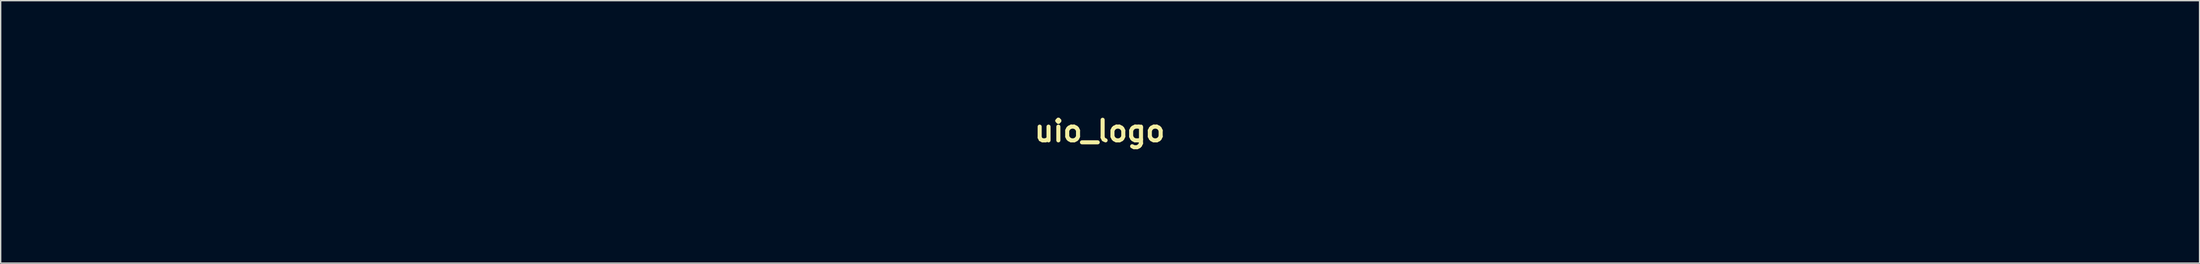
<source format=kicad_pcb>
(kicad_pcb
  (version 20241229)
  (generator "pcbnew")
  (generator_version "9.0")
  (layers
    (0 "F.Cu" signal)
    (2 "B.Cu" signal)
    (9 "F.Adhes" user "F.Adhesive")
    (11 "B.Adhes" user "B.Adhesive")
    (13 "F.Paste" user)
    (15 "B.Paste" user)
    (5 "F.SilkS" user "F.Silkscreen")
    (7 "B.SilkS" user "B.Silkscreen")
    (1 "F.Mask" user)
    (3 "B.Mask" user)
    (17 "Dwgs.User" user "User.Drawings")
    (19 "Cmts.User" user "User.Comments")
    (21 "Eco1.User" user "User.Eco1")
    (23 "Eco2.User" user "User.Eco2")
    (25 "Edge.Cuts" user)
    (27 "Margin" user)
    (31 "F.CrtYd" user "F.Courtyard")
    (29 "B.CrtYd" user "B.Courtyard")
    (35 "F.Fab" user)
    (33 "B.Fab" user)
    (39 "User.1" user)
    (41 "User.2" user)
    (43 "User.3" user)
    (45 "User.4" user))
  (footprint "uio_logo"
    (layer "F.Cu")
    (at 78.079 6.651)
    (property "Reference" "uio_logo" (at 0 0 0) (layer "F.SilkS") (effects (font (size 1.524 1.524) (thickness 0.3))))
    (attr through_hole)
    (fp_poly (pts (xy -18.119 -4.572) (xy -20.151 -4.572) (xy -20.151 -6.435) (xy -18.119 -6.435) (xy -18.119 -4.572)) (stroke (width 0.01) (type solid)) (fill no) (layer "Eco2.User"))
    (fp_poly (pts (xy -18.119 3.725) (xy -20.151 3.725) (xy -20.151 -3.81) (xy -18.119 -3.81) (xy -18.119 3.725)) (stroke (width 0.01) (type solid)) (fill no) (layer "Eco2.User"))
    (fp_poly (pts (xy 13.716 -4.572) (xy 11.599 -4.572) (xy 11.599 -6.435) (xy 13.716 -6.435) (xy 13.716 -4.572)) (stroke (width 0.01) (type solid)) (fill no) (layer "Eco2.User"))
    (fp_poly (pts (xy 13.716 3.725) (xy 11.599 3.725) (xy 11.599 -3.81) (xy 13.716 -3.81) (xy 13.716 3.725)) (stroke (width 0.01) (type solid)) (fill no) (layer "Eco2.User"))
    (fp_poly (pts (xy 69.342 3.725) (xy 67.31 3.725) (xy 67.31 -6.435) (xy 69.342 -6.435) (xy 69.342 3.725)) (stroke (width 0.01) (type solid)) (fill no) (layer "Eco2.User"))
    (fp_poly (pts (xy -64.69 -6.538) (xy -64.438 -6.363) (xy -64.278 -6.116) (xy -64.219 -5.833) (xy -64.273 -5.552) (xy -64.45 -5.309) (xy -64.606 -5.204) (xy -64.961 -5.09) (xy -65.281 -5.14) (xy -65.504 -5.283) (xy -65.697 -5.543) (xy -65.756 -5.842) (xy -65.696 -6.137) (xy -65.531 -6.389) (xy -65.277 -6.558) (xy -65.021 -6.604) (xy -64.69 -6.538)) (stroke (width 0.01) (type solid)) (fill no) (layer "Eco2.User"))
    (fp_poly (pts (xy -44.913 -0.69) (xy -44.393 -0.423) (xy -44.155 -0.238) (xy -43.734 0.228) (xy -43.471 0.748) (xy -43.361 1.336) (xy -43.357 1.524) (xy -43.389 2.006) (xy -43.491 2.4) (xy -43.686 2.779) (xy -43.82 2.979) (xy -44.207 3.382) (xy -44.703 3.673) (xy -45.279 3.836) (xy -45.542 3.862) (xy -45.867 3.867) (xy -46.153 3.85) (xy -46.313 3.821) (xy -46.9 3.547) (xy -47.375 3.155) (xy -47.726 2.665) (xy -47.94 2.093) (xy -48.004 1.524) (xy -47.93 0.92) (xy -47.722 0.388) (xy -47.402 -0.06) (xy -46.993 -0.414) (xy -46.518 -0.664) (xy -45.997 -0.801) (xy -45.455 -0.813) (xy -44.913 -0.69)) (stroke (width 0.01) (type solid)) (fill no) (layer "Eco2.User"))
    (fp_poly (pts (xy 2.963 -1.947) (xy 2.629 -1.947) (xy 2.009 -1.891) (xy 1.499 -1.726) (xy 1.108 -1.457) (xy 0.847 -1.09) (xy 0.771 -0.885) (xy 0.741 -0.688) (xy 0.716 -0.341) (xy 0.697 0.136) (xy 0.684 0.724) (xy 0.678 1.405) (xy 0.678 1.587) (xy 0.677 3.725) (xy -1.355 3.725) (xy -1.355 -3.81) (xy 0.508 -3.81) (xy 0.512 -3.196) (xy 0.517 -2.884) (xy 0.529 -2.717) (xy 0.557 -2.673) (xy 0.611 -2.727) (xy 0.656 -2.794) (xy 0.792 -2.968) (xy 0.999 -3.2) (xy 1.182 -3.388) (xy 1.629 -3.736) (xy 2.124 -3.929) (xy 2.613 -3.979) (xy 2.963 -3.979) (xy 2.963 -1.947)) (stroke (width 0.01) (type solid)) (fill no) (layer "Eco2.User"))
    (fp_poly (pts (xy 43.585 -5.652) (xy 43.609 -4.826) (xy 43.103 -4.826) (xy 42.731 -4.792) (xy 42.493 -4.676) (xy 42.368 -4.458) (xy 42.333 -4.13) (xy 42.333 -3.81) (xy 43.603 -3.81) (xy 43.603 -2.378) (xy 42.989 -2.353) (xy 42.376 -2.328) (xy 42.353 0.699) (xy 42.331 3.725) (xy 40.386 3.725) (xy 40.386 -2.371) (xy 39.285 -2.371) (xy 39.285 -3.81) (xy 40.386 -3.81) (xy 40.386 -4.448) (xy 40.431 -5.046) (xy 40.573 -5.522) (xy 40.826 -5.898) (xy 41.201 -6.2) (xy 41.36 -6.29) (xy 41.546 -6.372) (xy 41.755 -6.426) (xy 42.029 -6.456) (xy 42.41 -6.47) (xy 42.63 -6.472) (xy 43.561 -6.477) (xy 43.585 -5.652)) (stroke (width 0.01) (type solid)) (fill no) (layer "Eco2.User"))
    (fp_poly (pts (xy -45.138 -6.488) (xy -44.891 -6.419) (xy -44.777 -6.372) (xy -44.219 -6.042) (xy -43.793 -5.609) (xy -43.505 -5.084) (xy -43.364 -4.476) (xy -43.349 -4.191) (xy -43.427 -3.552) (xy -43.653 -2.988) (xy -44.019 -2.512) (xy -44.518 -2.136) (xy -44.741 -2.023) (xy -45.127 -1.91) (xy -45.597 -1.865) (xy -46.077 -1.887) (xy -46.497 -1.977) (xy -46.609 -2.021) (xy -47.159 -2.354) (xy -47.575 -2.788) (xy -47.851 -3.313) (xy -47.982 -3.923) (xy -47.985 -3.965) (xy -47.979 -4.561) (xy -47.862 -5.063) (xy -47.622 -5.513) (xy -47.556 -5.604) (xy -47.152 -6.031) (xy -46.688 -6.314) (xy -46.136 -6.468) (xy -45.815 -6.501) (xy -45.425 -6.513) (xy -45.138 -6.488)) (stroke (width 0.01) (type solid)) (fill no) (layer "Eco2.User"))
    (fp_poly (pts (xy 17.526 -3.81) (xy 18.711 -3.81) (xy 18.711 -2.378) (xy 17.568 -2.328) (xy 17.568 -0.152) (xy 17.572 0.623) (xy 17.582 1.233) (xy 17.599 1.682) (xy 17.624 1.973) (xy 17.656 2.109) (xy 17.662 2.117) (xy 17.794 2.177) (xy 18.034 2.233) (xy 18.234 2.26) (xy 18.711 2.31) (xy 18.711 3.81) (xy 17.716 3.803) (xy 17.298 3.794) (xy 16.92 3.775) (xy 16.627 3.748) (xy 16.476 3.722) (xy 16.152 3.55) (xy 15.863 3.268) (xy 15.668 2.931) (xy 15.651 2.883) (xy 15.621 2.706) (xy 15.593 2.376) (xy 15.567 1.911) (xy 15.545 1.327) (xy 15.526 0.642) (xy 15.516 0.106) (xy 15.477 -2.371) (xy 15.02 -2.371) (xy 14.563 -2.371) (xy 14.563 -3.81) (xy 15.494 -3.81) (xy 15.494 -5.842) (xy 17.526 -5.842) (xy 17.526 -3.81)) (stroke (width 0.01) (type solid)) (fill no) (layer "Eco2.User"))
    (fp_poly (pts (xy -64.447 -3.643) (xy -64.433 -3.408) (xy -64.422 -3.035) (xy -64.414 -2.54) (xy -64.41 -1.939) (xy -64.409 -1.248) (xy -64.412 -0.483) (xy -64.413 -0.345) (xy -64.437 3.035) (xy -63.947 3.131) (xy -63.607 3.2) (xy -63.399 3.256) (xy -63.292 3.315) (xy -63.252 3.397) (xy -63.246 3.511) (xy -63.246 3.725) (xy -66.813 3.725) (xy -66.786 3.495) (xy -66.747 3.347) (xy -66.642 3.261) (xy -66.422 3.204) (xy -66.379 3.196) (xy -66.1 3.144) (xy -65.862 3.097) (xy -65.807 3.086) (xy -65.617 3.045) (xy -65.618 -2.667) (xy -66.188 -2.879) (xy -66.53 -3.017) (xy -66.734 -3.132) (xy -66.792 -3.229) (xy -66.701 -3.315) (xy -66.455 -3.397) (xy -66.049 -3.481) (xy -65.675 -3.544) (xy -65.253 -3.611) (xy -64.89 -3.666) (xy -64.621 -3.706) (xy -64.477 -3.725) (xy -64.464 -3.725) (xy -64.447 -3.643)) (stroke (width 0.01) (type solid)) (fill no) (layer "Eco2.User"))
    (fp_poly (pts (xy -23.708 -3.951) (xy -23.15 -3.83) (xy -22.681 -3.59) (xy -22.393 -3.348) (xy -22.237 -3.185) (xy -22.109 -3.026) (xy -22.006 -2.854) (xy -21.926 -2.649) (xy -21.865 -2.395) (xy -21.821 -2.073) (xy -21.791 -1.665) (xy -21.773 -1.153) (xy -21.763 -0.519) (xy -21.76 0.255) (xy -21.759 0.82) (xy -21.759 3.725) (xy -23.791 3.725) (xy -23.791 1.183) (xy -23.793 0.402) (xy -23.798 -0.227) (xy -23.81 -0.726) (xy -23.831 -1.112) (xy -23.864 -1.405) (xy -23.911 -1.624) (xy -23.974 -1.787) (xy -24.055 -1.915) (xy -24.158 -2.025) (xy -24.204 -2.067) (xy -24.445 -2.193) (xy -24.803 -2.261) (xy -24.83 -2.264) (xy -25.33 -2.229) (xy -25.758 -2.051) (xy -26.093 -1.741) (xy -26.226 -1.527) (xy -26.281 -1.412) (xy -26.324 -1.295) (xy -26.357 -1.157) (xy -26.381 -0.976) (xy -26.398 -0.731) (xy -26.408 -0.401) (xy -26.413 0.036) (xy -26.416 0.601) (xy -26.416 1.288) (xy -26.416 3.725) (xy -28.448 3.725) (xy -28.448 -3.81) (xy -26.501 -3.81) (xy -26.501 -2.944) (xy -26.151 -3.259) (xy -25.666 -3.616) (xy -25.128 -3.842) (xy -24.497 -3.953) (xy -24.377 -3.961) (xy -23.708 -3.951)) (stroke (width 0.01) (type solid)) (fill no) (layer "Eco2.User"))
    (fp_poly (pts (xy -10.454 -3.803) (xy -10.115 -3.782) (xy -9.937 -3.747) (xy -9.906 -3.716) (xy -9.933 -3.623) (xy -10.011 -3.391) (xy -10.132 -3.038) (xy -10.289 -2.584) (xy -10.476 -2.048) (xy -10.686 -1.452) (xy -10.911 -0.812) (xy -11.145 -0.151) (xy -11.381 0.514) (xy -11.612 1.163) (xy -11.831 1.775) (xy -12.031 2.332) (xy -12.206 2.814) (xy -12.348 3.202) (xy -12.377 3.281) (xy -12.543 3.725) (xy -14.629 3.725) (xy -14.976 2.773) (xy -15.09 2.46) (xy -15.251 2.015) (xy -15.45 1.465) (xy -15.676 0.838) (xy -15.921 0.159) (xy -16.174 -0.542) (xy -16.329 -0.974) (xy -17.334 -3.768) (xy -16.23 -3.791) (xy -15.739 -3.795) (xy -15.371 -3.784) (xy -15.143 -3.758) (xy -15.072 -3.728) (xy -15.037 -3.628) (xy -14.961 -3.385) (xy -14.852 -3.02) (xy -14.715 -2.555) (xy -14.557 -2.009) (xy -14.383 -1.403) (xy -14.309 -1.143) (xy -14.131 -0.524) (xy -13.966 0.04) (xy -13.821 0.528) (xy -13.7 0.92) (xy -13.611 1.197) (xy -13.558 1.34) (xy -13.548 1.355) (xy -13.512 1.277) (xy -13.437 1.057) (xy -13.33 0.717) (xy -13.196 0.278) (xy -13.042 -0.239) (xy -12.885 -0.783) (xy -12.712 -1.384) (xy -12.548 -1.955) (xy -12.401 -2.468) (xy -12.277 -2.896) (xy -12.186 -3.211) (xy -12.141 -3.365) (xy -12.01 -3.81) (xy -10.958 -3.81) (xy -10.454 -3.803)) (stroke (width 0.01) (type solid)) (fill no) (layer "Eco2.User"))
    (fp_poly (pts (xy 35.509 -4.027) (xy 35.727 -4) (xy 36.515 -3.811) (xy 37.197 -3.491) (xy 37.769 -3.048) (xy 38.226 -2.487) (xy 38.563 -1.813) (xy 38.776 -1.034) (xy 38.858 -0.156) (xy 38.859 -0.042) (xy 38.793 0.845) (xy 38.596 1.64) (xy 38.275 2.333) (xy 37.835 2.917) (xy 37.28 3.385) (xy 36.616 3.728) (xy 36.208 3.861) (xy 35.833 3.927) (xy 35.358 3.961) (xy 34.845 3.965) (xy 34.357 3.938) (xy 33.955 3.88) (xy 33.867 3.858) (xy 33.143 3.574) (xy 32.518 3.156) (xy 32.001 2.61) (xy 31.909 2.483) (xy 31.595 1.891) (xy 31.379 1.199) (xy 31.265 0.444) (xy 31.258 -0.088) (xy 33.333 -0.088) (xy 33.381 0.611) (xy 33.535 1.2) (xy 33.786 1.669) (xy 34.125 2.011) (xy 34.545 2.218) (xy 35.038 2.281) (xy 35.581 2.197) (xy 35.988 1.999) (xy 36.314 1.662) (xy 36.553 1.196) (xy 36.699 0.614) (xy 36.745 -0.031) (xy 36.706 -0.693) (xy 36.583 -1.226) (xy 36.368 -1.651) (xy 36.053 -1.991) (xy 35.968 -2.057) (xy 35.701 -2.182) (xy 35.332 -2.26) (xy 34.924 -2.282) (xy 34.589 -2.25) (xy 34.182 -2.091) (xy 33.844 -1.79) (xy 33.583 -1.363) (xy 33.41 -0.828) (xy 33.335 -0.2) (xy 33.333 -0.088) (xy 31.258 -0.088) (xy 31.254 -0.337) (xy 31.347 -1.106) (xy 31.545 -1.825) (xy 31.714 -2.213) (xy 32.104 -2.803) (xy 32.616 -3.289) (xy 33.231 -3.663) (xy 33.93 -3.916) (xy 34.696 -4.04) (xy 35.509 -4.027)) (stroke (width 0.01) (type solid)) (fill no) (layer "Eco2.User"))
    (fp_poly (pts (xy 75.215 -3.991) (xy 75.966 -3.776) (xy 76.624 -3.424) (xy 77.181 -2.943) (xy 77.628 -2.339) (xy 77.956 -1.617) (xy 78.021 -1.41) (xy 78.093 -1.029) (xy 78.132 -0.537) (xy 78.139 0.015) (xy 78.116 0.574) (xy 78.063 1.091) (xy 77.983 1.513) (xy 77.941 1.651) (xy 77.606 2.343) (xy 77.143 2.936) (xy 76.567 3.413) (xy 75.922 3.747) (xy 75.538 3.852) (xy 75.043 3.922) (xy 74.493 3.957) (xy 73.943 3.953) (xy 73.45 3.909) (xy 73.152 3.849) (xy 72.446 3.569) (xy 71.839 3.155) (xy 71.339 2.617) (xy 70.955 1.963) (xy 70.696 1.202) (xy 70.692 1.185) (xy 70.619 0.719) (xy 70.587 0.164) (xy 70.591 -0.042) (xy 72.686 -0.042) (xy 72.699 0.396) (xy 72.732 0.783) (xy 72.782 1.067) (xy 72.799 1.124) (xy 73.044 1.589) (xy 73.394 1.943) (xy 73.821 2.175) (xy 74.297 2.272) (xy 74.792 2.222) (xy 75.067 2.124) (xy 75.457 1.856) (xy 75.763 1.457) (xy 75.975 0.945) (xy 76.086 0.339) (xy 76.089 -0.333) (xy 75.983 -0.989) (xy 75.775 -1.514) (xy 75.468 -1.905) (xy 75.063 -2.16) (xy 74.563 -2.276) (xy 74.38 -2.283) (xy 73.878 -2.234) (xy 73.486 -2.072) (xy 73.174 -1.779) (xy 72.94 -1.397) (xy 72.821 -1.144) (xy 72.746 -0.925) (xy 72.706 -0.689) (xy 72.689 -0.38) (xy 72.686 -0.042) (xy 70.591 -0.042) (xy 70.597 -0.416) (xy 70.647 -0.959) (xy 70.734 -1.397) (xy 71.032 -2.154) (xy 71.449 -2.793) (xy 71.977 -3.309) (xy 72.609 -3.696) (xy 73.336 -3.948) (xy 74.151 -4.059) (xy 74.38 -4.064) (xy 75.215 -3.991)) (stroke (width 0.01) (type solid)) (fill no) (layer "Eco2.User"))
    (fp_poly (pts (xy -36.237 -6.435) (xy -36.236 -3.069) (xy -36.234 -2.127) (xy -36.229 -1.338) (xy -36.218 -0.685) (xy -36.201 -0.153) (xy -36.175 0.276) (xy -36.14 0.617) (xy -36.094 0.888) (xy -36.035 1.104) (xy -35.961 1.282) (xy -35.872 1.439) (xy -35.815 1.523) (xy -35.505 1.825) (xy -35.08 2.019) (xy -34.531 2.108) (xy -34.308 2.115) (xy -33.738 2.074) (xy -33.283 1.94) (xy -32.908 1.701) (xy -32.828 1.629) (xy -32.716 1.513) (xy -32.623 1.388) (xy -32.546 1.239) (xy -32.485 1.048) (xy -32.438 0.802) (xy -32.402 0.483) (xy -32.376 0.077) (xy -32.359 -0.433) (xy -32.349 -1.062) (xy -32.344 -1.825) (xy -32.343 -2.74) (xy -32.343 -2.936) (xy -32.343 -6.435) (xy -30.226 -6.435) (xy -30.227 -2.731) (xy -30.228 -1.787) (xy -30.231 -0.995) (xy -30.238 -0.338) (xy -30.25 0.2) (xy -30.268 0.637) (xy -30.293 0.99) (xy -30.328 1.276) (xy -30.372 1.512) (xy -30.428 1.715) (xy -30.497 1.902) (xy -30.58 2.09) (xy -30.606 2.145) (xy -30.853 2.542) (xy -31.203 2.945) (xy -31.599 3.297) (xy -31.899 3.494) (xy -32.512 3.752) (xy -33.234 3.927) (xy -34.019 4.013) (xy -34.824 4.002) (xy -35.103 3.975) (xy -35.91 3.805) (xy -36.619 3.507) (xy -37.22 3.088) (xy -37.705 2.556) (xy -38.064 1.918) (xy -38.16 1.664) (xy -38.195 1.542) (xy -38.225 1.396) (xy -38.25 1.209) (xy -38.27 0.965) (xy -38.286 0.648) (xy -38.299 0.242) (xy -38.31 -0.269) (xy -38.319 -0.901) (xy -38.327 -1.67) (xy -38.334 -2.592) (xy -38.334 -2.603) (xy -38.362 -6.435) (xy -37.3 -6.435) (xy -36.237 -6.435)) (stroke (width 0.01) (type solid)) (fill no) (layer "Eco2.User"))
    (fp_poly (pts (xy 22.223 -1.249) (xy 22.407 -0.618) (xy 22.578 -0.038) (xy 22.729 0.47) (xy 22.853 0.886) (xy 22.946 1.19) (xy 23.002 1.361) (xy 23.013 1.391) (xy 23.045 1.33) (xy 23.117 1.127) (xy 23.223 0.8) (xy 23.356 0.37) (xy 23.512 -0.144) (xy 23.683 -0.721) (xy 23.865 -1.341) (xy 24.051 -1.985) (xy 24.235 -2.633) (xy 24.411 -3.265) (xy 24.473 -3.493) (xy 24.56 -3.81) (xy 25.615 -3.81) (xy 26.034 -3.804) (xy 26.368 -3.787) (xy 26.59 -3.762) (xy 26.67 -3.73) (xy 26.67 -3.73) (xy 26.642 -3.621) (xy 26.563 -3.369) (xy 26.438 -2.993) (xy 26.275 -2.51) (xy 26.078 -1.938) (xy 25.854 -1.293) (xy 25.609 -0.592) (xy 25.35 0.145) (xy 25.083 0.904) (xy 24.813 1.665) (xy 24.547 2.411) (xy 24.291 3.126) (xy 24.051 3.792) (xy 23.833 4.391) (xy 23.644 4.906) (xy 23.489 5.32) (xy 23.375 5.615) (xy 23.308 5.774) (xy 23.302 5.786) (xy 23.054 6.163) (xy 22.764 6.437) (xy 22.403 6.621) (xy 21.943 6.728) (xy 21.357 6.771) (xy 21.154 6.773) (xy 20.32 6.773) (xy 20.32 5.08) (xy 20.807 5.08) (xy 21.256 5.031) (xy 21.602 4.891) (xy 21.826 4.674) (xy 21.891 4.511) (xy 21.941 4.298) (xy 21.977 4.167) (xy 21.957 4.063) (xy 21.887 3.82) (xy 21.772 3.457) (xy 21.619 2.993) (xy 21.434 2.448) (xy 21.223 1.841) (xy 21.073 1.415) (xy 20.821 0.706) (xy 20.565 -0.018) (xy 20.315 -0.724) (xy 20.083 -1.379) (xy 19.88 -1.95) (xy 19.72 -2.405) (xy 19.679 -2.519) (xy 19.224 -3.81) (xy 21.477 -3.81) (xy 22.223 -1.249)) (stroke (width 0.01) (type solid)) (fill no) (layer "Eco2.User"))
    (fp_poly (pts (xy -5.227 -3.959) (xy -4.568 -3.746) (xy -3.979 -3.414) (xy -3.608 -3.096) (xy -3.231 -2.631) (xy -2.945 -2.098) (xy -2.742 -1.471) (xy -2.613 -0.724) (xy -2.571 -0.275) (xy -2.515 0.508) (xy -7.609 0.508) (xy -7.563 0.826) (xy -7.437 1.302) (xy -7.218 1.711) (xy -6.932 2.01) (xy -6.873 2.049) (xy -6.489 2.207) (xy -6.059 2.253) (xy -5.629 2.198) (xy -5.241 2.048) (xy -4.939 1.812) (xy -4.828 1.654) (xy -4.773 1.563) (xy -4.703 1.502) (xy -4.586 1.465) (xy -4.39 1.447) (xy -4.084 1.44) (xy -3.711 1.439) (xy -3.255 1.441) (xy -2.95 1.459) (xy -2.777 1.509) (xy -2.718 1.609) (xy -2.755 1.777) (xy -2.869 2.031) (xy -2.938 2.171) (xy -3.236 2.636) (xy -3.648 3.08) (xy -4.122 3.457) (xy -4.606 3.719) (xy -4.633 3.729) (xy -5.04 3.842) (xy -5.546 3.918) (xy -6.091 3.956) (xy -6.617 3.951) (xy -7.064 3.901) (xy -7.203 3.869) (xy -7.837 3.606) (xy -8.419 3.204) (xy -8.698 2.935) (xy -9.103 2.407) (xy -9.395 1.814) (xy -9.582 1.132) (xy -9.672 0.338) (xy -9.682 -0.085) (xy -9.636 -0.847) (xy -7.602 -0.847) (xy -4.661 -0.847) (xy -4.713 -1.122) (xy -4.875 -1.61) (xy -5.15 -1.973) (xy -5.536 -2.21) (xy -5.758 -2.277) (xy -6.278 -2.321) (xy -6.73 -2.214) (xy -7.102 -1.964) (xy -7.38 -1.577) (xy -7.54 -1.122) (xy -7.602 -0.847) (xy -9.636 -0.847) (xy -9.629 -0.954) (xy -9.464 -1.708) (xy -9.182 -2.361) (xy -8.775 -2.931) (xy -8.491 -3.219) (xy -7.944 -3.61) (xy -7.314 -3.879) (xy -6.63 -4.026) (xy -5.924 -4.052) (xy -5.227 -3.959)) (stroke (width 0.01) (type solid)) (fill no) (layer "Eco2.User"))
    (fp_poly (pts (xy 63.678 -3.925) (xy 64.33 -3.699) (xy 64.876 -3.37) (xy 65.184 -3.081) (xy 65.468 -2.681) (xy 65.675 -2.234) (xy 65.779 -1.803) (xy 65.786 -1.678) (xy 65.786 -1.439) (xy 63.881 -1.445) (xy 63.712 -1.802) (xy 63.476 -2.138) (xy 63.139 -2.35) (xy 62.689 -2.447) (xy 62.484 -2.455) (xy 62.023 -2.407) (xy 61.695 -2.268) (xy 61.505 -2.04) (xy 61.459 -1.728) (xy 61.463 -1.693) (xy 61.511 -1.564) (xy 61.638 -1.446) (xy 61.86 -1.333) (xy 62.199 -1.215) (xy 62.672 -1.085) (xy 63.098 -0.98) (xy 63.899 -0.772) (xy 64.547 -0.562) (xy 65.054 -0.337) (xy 65.438 -0.088) (xy 65.712 0.197) (xy 65.892 0.528) (xy 65.993 0.916) (xy 66.018 1.128) (xy 66.004 1.816) (xy 65.845 2.417) (xy 65.546 2.925) (xy 65.108 3.339) (xy 64.533 3.654) (xy 63.907 3.85) (xy 63.438 3.925) (xy 62.883 3.963) (xy 62.303 3.966) (xy 61.756 3.933) (xy 61.301 3.864) (xy 61.216 3.844) (xy 60.561 3.594) (xy 60.016 3.231) (xy 59.776 2.994) (xy 59.495 2.612) (xy 59.319 2.201) (xy 59.218 1.708) (xy 59.16 1.27) (xy 61.211 1.27) (xy 61.268 1.503) (xy 61.433 1.879) (xy 61.717 2.146) (xy 62.128 2.309) (xy 62.67 2.37) (xy 62.742 2.371) (xy 63.232 2.329) (xy 63.612 2.209) (xy 63.867 2.022) (xy 63.984 1.776) (xy 63.972 1.56) (xy 63.91 1.414) (xy 63.792 1.29) (xy 63.593 1.176) (xy 63.292 1.062) (xy 62.867 0.937) (xy 62.38 0.811) (xy 61.551 0.585) (xy 60.879 0.348) (xy 60.352 0.09) (xy 59.958 -0.199) (xy 59.684 -0.531) (xy 59.519 -0.916) (xy 59.45 -1.365) (xy 59.456 -1.784) (xy 59.576 -2.398) (xy 59.837 -2.925) (xy 60.232 -3.358) (xy 60.755 -3.692) (xy 61.399 -3.92) (xy 62.143 -4.037) (xy 62.942 -4.039) (xy 63.678 -3.925)) (stroke (width 0.01) (type solid)) (fill no) (layer "Eco2.User"))
    (fp_poly (pts (xy 8.028 -3.926) (xy 8.671 -3.706) (xy 9.216 -3.388) (xy 9.648 -2.98) (xy 9.949 -2.49) (xy 10.033 -2.258) (xy 10.131 -1.92) (xy 10.172 -1.691) (xy 10.135 -1.549) (xy 9.999 -1.474) (xy 9.742 -1.445) (xy 9.343 -1.439) (xy 9.205 -1.439) (xy 8.251 -1.439) (xy 8.083 -1.799) (xy 7.879 -2.118) (xy 7.603 -2.322) (xy 7.228 -2.424) (xy 6.742 -2.435) (xy 6.419 -2.411) (xy 6.212 -2.367) (xy 6.07 -2.285) (xy 5.959 -2.172) (xy 5.8 -1.933) (xy 5.77 -1.726) (xy 5.877 -1.543) (xy 6.13 -1.378) (xy 6.536 -1.222) (xy 7.102 -1.07) (xy 7.162 -1.056) (xy 7.939 -0.866) (xy 8.567 -0.687) (xy 9.066 -0.51) (xy 9.455 -0.324) (xy 9.755 -0.12) (xy 9.984 0.112) (xy 10.162 0.382) (xy 10.211 0.477) (xy 10.332 0.745) (xy 10.393 0.97) (xy 10.409 1.223) (xy 10.391 1.559) (xy 10.272 2.217) (xy 10.022 2.769) (xy 9.641 3.217) (xy 9.127 3.56) (xy 8.48 3.8) (xy 7.699 3.937) (xy 6.9 3.973) (xy 6.475 3.957) (xy 6.054 3.921) (xy 5.704 3.869) (xy 5.59 3.844) (xy 4.967 3.605) (xy 4.436 3.258) (xy 4.016 2.823) (xy 3.722 2.319) (xy 3.572 1.765) (xy 3.556 1.509) (xy 3.556 1.27) (xy 5.551 1.27) (xy 5.675 1.63) (xy 5.878 1.97) (xy 6.212 2.208) (xy 6.674 2.341) (xy 7.09 2.371) (xy 7.6 2.33) (xy 7.985 2.211) (xy 8.232 2.018) (xy 8.3 1.898) (xy 8.36 1.679) (xy 8.343 1.499) (xy 8.234 1.346) (xy 8.017 1.209) (xy 7.675 1.077) (xy 7.192 0.938) (xy 6.816 0.844) (xy 5.958 0.608) (xy 5.26 0.357) (xy 4.711 0.083) (xy 4.301 -0.218) (xy 4.022 -0.552) (xy 3.925 -0.738) (xy 3.865 -0.967) (xy 3.823 -1.289) (xy 3.811 -1.585) (xy 3.887 -2.216) (xy 4.107 -2.766) (xy 4.464 -3.228) (xy 4.949 -3.594) (xy 5.557 -3.858) (xy 6.278 -4.012) (xy 6.517 -4.037) (xy 7.304 -4.039) (xy 8.028 -3.926)) (stroke (width 0.01) (type solid)) (fill no) (layer "Eco2.User"))
    (fp_poly (pts (xy -56.416 -6.572) (xy -55.908 -6.512) (xy -55.719 -6.474) (xy -54.923 -6.205) (xy -54.225 -5.799) (xy -53.629 -5.26) (xy -53.139 -4.593) (xy -52.76 -3.803) (xy -52.66 -3.514) (xy -52.548 -3.035) (xy -52.469 -2.438) (xy -52.424 -1.774) (xy -52.416 -1.092) (xy -52.446 -0.44) (xy -52.517 0.131) (xy -52.524 0.169) (xy -52.764 1.052) (xy -53.131 1.83) (xy -53.617 2.495) (xy -54.217 3.041) (xy -54.923 3.46) (xy -55.73 3.746) (xy -55.81 3.766) (xy -56.241 3.835) (xy -56.778 3.874) (xy -57.363 3.883) (xy -57.937 3.861) (xy -58.442 3.81) (xy -58.705 3.76) (xy -59.481 3.489) (xy -60.171 3.077) (xy -60.764 2.533) (xy -61.251 1.868) (xy -61.623 1.091) (xy -61.783 0.593) (xy -61.858 0.189) (xy -61.909 -0.335) (xy -61.935 -0.932) (xy -61.936 -1.503) (xy -60.467 -1.503) (xy -60.459 -0.848) (xy -60.423 -0.237) (xy -60.361 0.278) (xy -60.335 0.415) (xy -60.094 1.23) (xy -59.751 1.914) (xy -59.312 2.461) (xy -58.782 2.87) (xy -58.169 3.135) (xy -57.479 3.252) (xy -56.717 3.219) (xy -56.071 3.082) (xy -55.516 2.841) (xy -55.024 2.451) (xy -54.604 1.921) (xy -54.265 1.263) (xy -54.043 0.593) (xy -53.972 0.202) (xy -53.923 -0.31) (xy -53.898 -0.901) (xy -53.894 -1.524) (xy -53.914 -2.133) (xy -53.956 -2.685) (xy -54.02 -3.134) (xy -54.044 -3.244) (xy -54.305 -4.04) (xy -54.659 -4.705) (xy -55.104 -5.233) (xy -55.634 -5.621) (xy -55.943 -5.764) (xy -56.484 -5.907) (xy -57.103 -5.963) (xy -57.732 -5.931) (xy -58.302 -5.813) (xy -58.442 -5.764) (xy -59.016 -5.452) (xy -59.505 -4.999) (xy -59.901 -4.413) (xy -60.199 -3.701) (xy -60.332 -3.201) (xy -60.404 -2.732) (xy -60.449 -2.148) (xy -60.467 -1.503) (xy -61.936 -1.503) (xy -61.936 -1.554) (xy -61.912 -2.155) (xy -61.864 -2.687) (xy -61.79 -3.104) (xy -61.783 -3.133) (xy -61.472 -4.018) (xy -61.049 -4.778) (xy -60.513 -5.412) (xy -59.867 -5.919) (xy -59.113 -6.296) (xy -58.55 -6.475) (xy -58.119 -6.55) (xy -57.58 -6.591) (xy -56.993 -6.598) (xy -56.416 -6.572)) (stroke (width 0.01) (type solid)) (fill no) (layer "Eco2.User"))
    (fp_poly (pts (xy 53.99 -6.629) (xy 54.559 -6.57) (xy 55.048 -6.458) (xy 55.499 -6.282) (xy 55.956 -6.032) (xy 56.108 -5.937) (xy 56.78 -5.404) (xy 57.327 -4.759) (xy 57.749 -4.003) (xy 58.044 -3.139) (xy 58.21 -2.172) (xy 58.249 -1.338) (xy 58.219 -0.53) (xy 58.123 0.167) (xy 57.952 0.8) (xy 57.696 1.417) (xy 57.664 1.482) (xy 57.207 2.233) (xy 56.644 2.852) (xy 55.974 3.341) (xy 55.197 3.7) (xy 54.31 3.93) (xy 53.99 3.978) (xy 53.644 4.02) (xy 53.399 4.044) (xy 53.195 4.047) (xy 52.97 4.03) (xy 52.664 3.994) (xy 52.493 3.972) (xy 51.614 3.779) (xy 50.818 3.442) (xy 50.114 2.967) (xy 49.512 2.363) (xy 49.019 1.636) (xy 48.646 0.794) (xy 48.623 0.726) (xy 48.536 0.456) (xy 48.475 0.218) (xy 48.434 -0.025) (xy 48.41 -0.312) (xy 48.397 -0.68) (xy 48.393 -1.167) (xy 48.393 -1.229) (xy 50.506 -1.229) (xy 50.573 -0.471) (xy 50.741 0.231) (xy 51.002 0.845) (xy 51.321 1.306) (xy 51.659 1.643) (xy 52.009 1.871) (xy 52.435 2.028) (xy 52.663 2.084) (xy 52.966 2.15) (xy 53.172 2.183) (xy 53.347 2.184) (xy 53.561 2.154) (xy 53.809 2.109) (xy 54.361 1.963) (xy 54.806 1.735) (xy 55.199 1.399) (xy 55.215 1.383) (xy 55.603 0.858) (xy 55.89 0.214) (xy 56.068 -0.526) (xy 56.131 -1.339) (xy 56.131 -1.355) (xy 56.07 -2.189) (xy 55.89 -2.931) (xy 55.596 -3.569) (xy 55.195 -4.093) (xy 54.692 -4.491) (xy 54.575 -4.556) (xy 54.354 -4.663) (xy 54.15 -4.731) (xy 53.912 -4.767) (xy 53.59 -4.782) (xy 53.298 -4.784) (xy 52.899 -4.78) (xy 52.619 -4.762) (xy 52.406 -4.719) (xy 52.211 -4.642) (xy 51.985 -4.521) (xy 51.481 -4.155) (xy 51.087 -3.682) (xy 50.796 -3.091) (xy 50.604 -2.371) (xy 50.548 -2.012) (xy 50.506 -1.229) (xy 48.393 -1.229) (xy 48.392 -1.355) (xy 48.393 -1.883) (xy 48.401 -2.28) (xy 48.419 -2.581) (xy 48.452 -2.825) (xy 48.504 -3.048) (xy 48.579 -3.287) (xy 48.625 -3.42) (xy 49.001 -4.286) (xy 49.474 -5.016) (xy 50.051 -5.616) (xy 50.736 -6.091) (xy 51.536 -6.447) (xy 51.546 -6.451) (xy 51.806 -6.532) (xy 52.055 -6.588) (xy 52.337 -6.622) (xy 52.693 -6.64) (xy 53.165 -6.646) (xy 53.298 -6.646) (xy 53.99 -6.629)) (stroke (width 0.01) (type solid)) (fill no) (layer "Eco2.User"))
    (fp_poly (pts (xy -74.438 -6.204) (xy -74.476 -6.056) (xy -74.58 -5.972) (xy -74.796 -5.918) (xy -74.845 -5.91) (xy -75.126 -5.86) (xy -75.366 -5.812) (xy -75.42 -5.799) (xy -75.614 -5.752) (xy -75.59 -2.178) (xy -75.583 -1.306) (xy -75.577 -0.586) (xy -75.57 -0.003) (xy -75.562 0.463) (xy -75.55 0.826) (xy -75.536 1.104) (xy -75.516 1.314) (xy -75.491 1.473) (xy -75.46 1.597) (xy -75.422 1.704) (xy -75.375 1.81) (xy -75.37 1.82) (xy -75.077 2.314) (xy -74.697 2.693) (xy -74.21 2.969) (xy -73.599 3.154) (xy -73.244 3.216) (xy -72.603 3.257) (xy -71.971 3.204) (xy -71.382 3.068) (xy -70.869 2.857) (xy -70.466 2.581) (xy -70.307 2.409) (xy -70.161 2.167) (xy -70.013 1.844) (xy -69.927 1.604) (xy -69.886 1.462) (xy -69.853 1.31) (xy -69.826 1.131) (xy -69.806 0.906) (xy -69.79 0.618) (xy -69.779 0.248) (xy -69.772 -0.22) (xy -69.768 -0.805) (xy -69.766 -1.526) (xy -69.765 -2.33) (xy -69.765 -3.186) (xy -69.764 -3.889) (xy -69.766 -4.453) (xy -69.773 -4.894) (xy -69.788 -5.229) (xy -69.813 -5.472) (xy -69.852 -5.639) (xy -69.906 -5.746) (xy -69.979 -5.807) (xy -70.072 -5.84) (xy -70.189 -5.859) (xy -70.331 -5.88) (xy -70.358 -5.884) (xy -70.668 -5.948) (xy -70.847 -6.009) (xy -70.929 -6.088) (xy -70.95 -6.206) (xy -70.951 -6.229) (xy -70.951 -6.435) (xy -67.637 -6.435) (xy -67.664 -6.204) (xy -67.703 -6.056) (xy -67.806 -5.972) (xy -68.023 -5.918) (xy -68.072 -5.91) (xy -68.35 -5.861) (xy -68.585 -5.814) (xy -68.638 -5.802) (xy -68.824 -5.757) (xy -68.853 -2.18) (xy -68.861 -1.251) (xy -68.87 -0.475) (xy -68.882 0.167) (xy -68.9 0.69) (xy -68.926 1.113) (xy -68.961 1.452) (xy -69.009 1.725) (xy -69.071 1.948) (xy -69.149 2.139) (xy -69.247 2.315) (xy -69.366 2.493) (xy -69.48 2.652) (xy -69.813 3.041) (xy -70.196 3.344) (xy -70.653 3.568) (xy -71.206 3.724) (xy -71.877 3.82) (xy -72.644 3.863) (xy -73.171 3.873) (xy -73.573 3.868) (xy -73.893 3.846) (xy -74.175 3.803) (xy -74.462 3.736) (xy -74.507 3.725) (xy -75.205 3.468) (xy -75.78 3.101) (xy -76.241 2.615) (xy -76.599 2) (xy -76.795 1.482) (xy -76.827 1.312) (xy -76.855 1.009) (xy -76.88 0.568) (xy -76.903 -0.018) (xy -76.924 -0.756) (xy -76.942 -1.653) (xy -76.953 -2.326) (xy -77.004 -5.795) (xy -77.512 -5.882) (xy -77.795 -5.937) (xy -77.952 -5.996) (xy -78.023 -6.082) (xy -78.047 -6.202) (xy -78.074 -6.435) (xy -76.242 -6.435) (xy -74.411 -6.435) (xy -74.438 -6.204)) (stroke (width 0.01) (type solid)) (fill no) (layer "Eco2.User")))
  (gr_rect
    (start -3 -3)
    (end 159.223 16.43)
    (stroke (width 0.1) (type default))
    (fill no)
    (layer "Edge.Cuts")))
</source>
